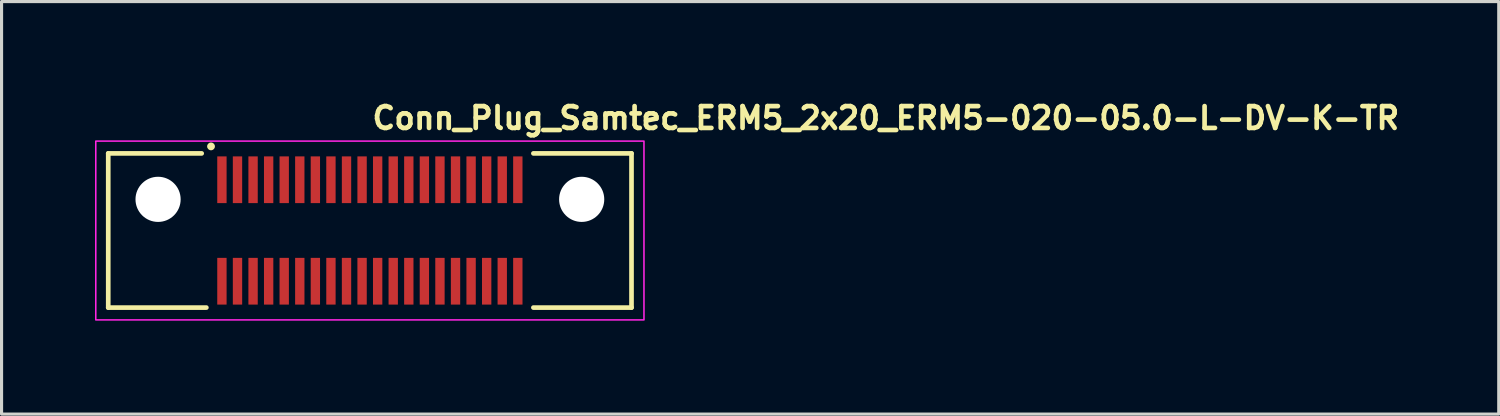
<source format=kicad_pcb>
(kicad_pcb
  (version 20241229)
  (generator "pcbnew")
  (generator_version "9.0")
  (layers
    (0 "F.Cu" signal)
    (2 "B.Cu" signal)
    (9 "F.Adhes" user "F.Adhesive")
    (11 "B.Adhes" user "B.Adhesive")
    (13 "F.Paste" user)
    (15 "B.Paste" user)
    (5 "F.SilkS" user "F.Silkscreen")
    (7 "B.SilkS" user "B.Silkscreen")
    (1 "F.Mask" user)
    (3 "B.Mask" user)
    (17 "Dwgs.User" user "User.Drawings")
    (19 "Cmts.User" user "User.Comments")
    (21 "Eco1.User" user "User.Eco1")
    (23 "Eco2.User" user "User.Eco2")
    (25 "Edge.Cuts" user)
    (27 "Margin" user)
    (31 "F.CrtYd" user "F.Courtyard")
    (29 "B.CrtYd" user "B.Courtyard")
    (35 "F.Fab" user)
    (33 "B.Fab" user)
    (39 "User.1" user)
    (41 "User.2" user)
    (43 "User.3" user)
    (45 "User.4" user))
  (footprint "Conn_Plug_Samtec_ERM5_2x20_ERM5-020-05.0-L-DV-K-TR"
    (layer "F.Cu")
    (at 8.825 4.35)
    (property "Reference" "Conn_Plug_Samtec_ERM5_2x20_ERM5-020-05.0-L-DV-K-TR" (at 0 -3.2 0) (layer "F.SilkS") (effects (font (size 0.7 0.7) (thickness 0.15)) (justify left bottom)))
    (attr smd)
    (fp_line (start -8.4 -2.475) (end -8.4 2.475) (stroke (width 0.15) (type solid)) (layer "F.SilkS"))
    (fp_line (start -8.4 -2.475) (end -5.4 -2.475) (stroke (width 0.15) (type solid)) (layer "F.SilkS"))
    (fp_line (start -8.4 2.475) (end -5.25 2.475) (stroke (width 0.15) (type solid)) (layer "F.SilkS"))
    (fp_line (start 8.4 -2.475) (end 5.25 -2.475) (stroke (width 0.15) (type solid)) (layer "F.SilkS"))
    (fp_line (start 8.4 -2.475) (end 8.4 2.475) (stroke (width 0.15) (type solid)) (layer "F.SilkS"))
    (fp_line (start 8.4 2.475) (end 5.25 2.475) (stroke (width 0.15) (type solid)) (layer "F.SilkS"))
    (fp_circle (center -5.1 -2.7) (end -5.05 -2.7) (stroke (width 0.15) (type solid)) (fill yes) (layer "F.SilkS"))
    (fp_rect (start -8.8 -2.87) (end 8.8 2.87) (stroke (width 0.05) (type solid)) (fill no) (layer "F.CrtYd"))
    (fp_rect (start -8.4 -2.475) (end 8.4 2.475) (stroke (width 0.1) (type solid)) (fill no) (layer "User.5"))
    (fp_line (start -8.4 -0.975) (end -8.4 2.475) (stroke (width 0.02) (type solid)) (layer "User.9"))
    (fp_line (start -8.4 2.475) (end 8.4 2.475) (stroke (width 0.02) (type solid)) (layer "User.9"))
    (fp_line (start -7.5 0.525) (end -7.5 -0.525) (stroke (width 0.02) (type solid)) (layer "User.9"))
    (fp_line (start -7.5 0.525) (end -7.095 0.929) (stroke (width 0.02) (type solid)) (layer "User.9"))
    (fp_line (start -7.095 -0.929) (end -7.5 -0.525) (stroke (width 0.02) (type solid)) (layer "User.9"))
    (fp_line (start -7.095 0.929) (end -6.8 1.225) (stroke (width 0.02) (type solid)) (layer "User.9"))
    (fp_line (start -7.095 0.929) (end -6.572 0.301) (stroke (width 0.02) (type solid)) (layer "User.9"))
    (fp_line (start -6.9 -2.475) (end -8.4 -0.975) (stroke (width 0.02) (type solid)) (layer "User.9"))
    (fp_line (start -6.8 -1.225) (end -7.095 -0.929) (stroke (width 0.02) (type solid)) (layer "User.9"))
    (fp_line (start -6.572 -0.301) (end -7.095 -0.929) (stroke (width 0.02) (type solid)) (layer "User.9"))
    (fp_line (start -6.572 -0.301) (end -6.572 0.301) (stroke (width 0.02) (type solid)) (layer "User.9"))
    (fp_line (start -6.572 0.301) (end -6.335 0.301) (stroke (width 0.02) (type solid)) (layer "User.9"))
    (fp_line (start -6.335 -0.301) (end -6.572 -0.301) (stroke (width 0.02) (type solid)) (layer "User.9"))
    (fp_line (start -6.335 0.301) (end -6.335 -0.301) (stroke (width 0.02) (type solid)) (layer "User.9"))
    (fp_line (start -6.335 0.301) (end -5.7 1.225) (stroke (width 0.02) (type solid)) (layer "User.9"))
    (fp_line (start -5.7 -1.225) (end -6.8 -1.225) (stroke (width 0.02) (type solid)) (layer "User.9"))
    (fp_line (start -5.7 -1.225) (end -6.335 -0.301) (stroke (width 0.02) (type solid)) (layer "User.9"))
    (fp_line (start -5.7 -1.025) (end -5.7 -1.225) (stroke (width 0.02) (type solid)) (layer "User.9"))
    (fp_line (start -5.7 1.025) (end -5.7 -1.025) (stroke (width 0.02) (type solid)) (layer "User.9"))
    (fp_line (start -5.7 1.225) (end -6.8 1.225) (stroke (width 0.02) (type solid)) (layer "User.9"))
    (fp_line (start -5.7 1.225) (end -5.7 1.025) (stroke (width 0.02) (type solid)) (layer "User.9"))
    (fp_line (start -4.849 -1.274) (end -4.849 -1.225) (stroke (width 0.02) (type solid)) (layer "User.9"))
    (fp_line (start -4.849 -1.225) (end -5.7 -1.225) (stroke (width 0.02) (type solid)) (layer "User.9"))
    (fp_line (start -4.849 -1.225) (end -4.849 -1.025) (stroke (width 0.02) (type solid)) (layer "User.9"))
    (fp_line (start -4.849 -1.025) (end -4.849 1.025) (stroke (width 0.02) (type solid)) (layer "User.9"))
    (fp_line (start -4.849 1.025) (end -4.849 1.225) (stroke (width 0.02) (type solid)) (layer "User.9"))
    (fp_line (start -4.849 1.225) (end -5.7 1.225) (stroke (width 0.02) (type solid)) (layer "User.9"))
    (fp_line (start -4.849 1.225) (end -4.849 1.274) (stroke (width 0.02) (type solid)) (layer "User.9"))
    (fp_line (start -4.65 -1.274) (end -4.849 -1.274) (stroke (width 0.02) (type solid)) (layer "User.9"))
    (fp_line (start -4.65 -1.225) (end -4.65 -1.274) (stroke (width 0.02) (type solid)) (layer "User.9"))
    (fp_line (start -4.65 -1.225) (end -4.65 -1.025) (stroke (width 0.02) (type solid)) (layer "User.9"))
    (fp_line (start -4.65 -1.025) (end -4.65 1.025) (stroke (width 0.02) (type solid)) (layer "User.9"))
    (fp_line (start -4.65 -0.925) (end -4.849 -0.925) (stroke (width 0.02) (type solid)) (layer "User.9"))
    (fp_line (start -4.65 -0.838) (end -4.849 -0.838) (stroke (width 0.02) (type solid)) (layer "User.9"))
    (fp_line (start -4.65 -0.2) (end -4.849 -0.2) (stroke (width 0.02) (type solid)) (layer "User.9"))
    (fp_line (start -4.65 0.2) (end -4.849 0.2) (stroke (width 0.02) (type solid)) (layer "User.9"))
    (fp_line (start -4.65 0.838) (end -4.849 0.838) (stroke (width 0.02) (type solid)) (layer "User.9"))
    (fp_line (start -4.65 0.925) (end -4.849 0.925) (stroke (width 0.02) (type solid)) (layer "User.9"))
    (fp_line (start -4.65 1.025) (end -4.65 1.225) (stroke (width 0.02) (type solid)) (layer "User.9"))
    (fp_line (start -4.65 1.225) (end -4.65 1.274) (stroke (width 0.02) (type solid)) (layer "User.9"))
    (fp_line (start -4.65 1.274) (end -4.849 1.274) (stroke (width 0.02) (type solid)) (layer "User.9"))
    (fp_line (start -4.35 -1.274) (end -4.35 -1.225) (stroke (width 0.02) (type solid)) (layer "User.9"))
    (fp_line (start -4.35 -1.225) (end -4.65 -1.225) (stroke (width 0.02) (type solid)) (layer "User.9"))
    (fp_line (start -4.35 -1.225) (end -4.35 -1.025) (stroke (width 0.02) (type solid)) (layer "User.9"))
    (fp_line (start -4.35 -1.025) (end -4.35 1.025) (stroke (width 0.02) (type solid)) (layer "User.9"))
    (fp_line (start -4.35 1.025) (end -4.35 1.225) (stroke (width 0.02) (type solid)) (layer "User.9"))
    (fp_line (start -4.35 1.225) (end -4.65 1.225) (stroke (width 0.02) (type solid)) (layer "User.9"))
    (fp_line (start -4.35 1.274) (end -4.35 1.225) (stroke (width 0.02) (type solid)) (layer "User.9"))
    (fp_line (start -4.15 -1.274) (end -4.35 -1.274) (stroke (width 0.02) (type solid)) (layer "User.9"))
    (fp_line (start -4.15 -1.225) (end -4.15 -1.274) (stroke (width 0.02) (type solid)) (layer "User.9"))
    (fp_line (start -4.15 -1.225) (end -4.15 -1.025) (stroke (width 0.02) (type solid)) (layer "User.9"))
    (fp_line (start -4.15 -1.025) (end -4.15 1.025) (stroke (width 0.02) (type solid)) (layer "User.9"))
    (fp_line (start -4.15 -0.925) (end -4.35 -0.925) (stroke (width 0.02) (type solid)) (layer "User.9"))
    (fp_line (start -4.15 -0.838) (end -4.35 -0.838) (stroke (width 0.02) (type solid)) (layer "User.9"))
    (fp_line (start -4.15 -0.2) (end -4.35 -0.2) (stroke (width 0.02) (type solid)) (layer "User.9"))
    (fp_line (start -4.15 0.2) (end -4.35 0.2) (stroke (width 0.02) (type solid)) (layer "User.9"))
    (fp_line (start -4.15 0.838) (end -4.35 0.838) (stroke (width 0.02) (type solid)) (layer "User.9"))
    (fp_line (start -4.15 0.925) (end -4.35 0.925) (stroke (width 0.02) (type solid)) (layer "User.9"))
    (fp_line (start -4.15 1.025) (end -4.15 1.225) (stroke (width 0.02) (type solid)) (layer "User.9"))
    (fp_line (start -4.15 1.225) (end -4.15 1.274) (stroke (width 0.02) (type solid)) (layer "User.9"))
    (fp_line (start -4.15 1.274) (end -4.35 1.274) (stroke (width 0.02) (type solid)) (layer "User.9"))
    (fp_line (start -3.85 -1.274) (end -3.85 -1.225) (stroke (width 0.02) (type solid)) (layer "User.9"))
    (fp_line (start -3.85 -1.225) (end -4.15 -1.225) (stroke (width 0.02) (type solid)) (layer "User.9"))
    (fp_line (start -3.85 -1.225) (end -3.85 -1.025) (stroke (width 0.02) (type solid)) (layer "User.9"))
    (fp_line (start -3.85 -1.025) (end -3.85 1.025) (stroke (width 0.02) (type solid)) (layer "User.9"))
    (fp_line (start -3.85 1.025) (end -3.85 1.225) (stroke (width 0.02) (type solid)) (layer "User.9"))
    (fp_line (start -3.85 1.225) (end -4.15 1.225) (stroke (width 0.02) (type solid)) (layer "User.9"))
    (fp_line (start -3.85 1.274) (end -3.85 1.225) (stroke (width 0.02) (type solid)) (layer "User.9"))
    (fp_line (start -3.65 -1.274) (end -3.85 -1.274) (stroke (width 0.02) (type solid)) (layer "User.9"))
    (fp_line (start -3.65 -1.225) (end -3.65 -1.274) (stroke (width 0.02) (type solid)) (layer "User.9"))
    (fp_line (start -3.65 -1.225) (end -3.65 -1.025) (stroke (width 0.02) (type solid)) (layer "User.9"))
    (fp_line (start -3.65 -1.025) (end -3.65 1.025) (stroke (width 0.02) (type solid)) (layer "User.9"))
    (fp_line (start -3.65 -0.925) (end -3.85 -0.925) (stroke (width 0.02) (type solid)) (layer "User.9"))
    (fp_line (start -3.65 -0.838) (end -3.85 -0.838) (stroke (width 0.02) (type solid)) (layer "User.9"))
    (fp_line (start -3.65 -0.2) (end -3.85 -0.2) (stroke (width 0.02) (type solid)) (layer "User.9"))
    (fp_line (start -3.65 0.2) (end -3.85 0.2) (stroke (width 0.02) (type solid)) (layer "User.9"))
    (fp_line (start -3.65 0.838) (end -3.85 0.838) (stroke (width 0.02) (type solid)) (layer "User.9"))
    (fp_line (start -3.65 0.925) (end -3.85 0.925) (stroke (width 0.02) (type solid)) (layer "User.9"))
    (fp_line (start -3.65 1.025) (end -3.65 1.225) (stroke (width 0.02) (type solid)) (layer "User.9"))
    (fp_line (start -3.65 1.225) (end -3.65 1.274) (stroke (width 0.02) (type solid)) (layer "User.9"))
    (fp_line (start -3.65 1.274) (end -3.85 1.274) (stroke (width 0.02) (type solid)) (layer "User.9"))
    (fp_line (start -3.35 -1.274) (end -3.35 -1.225) (stroke (width 0.02) (type solid)) (layer "User.9"))
    (fp_line (start -3.35 -1.225) (end -3.65 -1.225) (stroke (width 0.02) (type solid)) (layer "User.9"))
    (fp_line (start -3.35 -1.225) (end -3.35 -1.025) (stroke (width 0.02) (type solid)) (layer "User.9"))
    (fp_line (start -3.35 -1.025) (end -3.35 1.025) (stroke (width 0.02) (type solid)) (layer "User.9"))
    (fp_line (start -3.35 1.025) (end -3.35 1.225) (stroke (width 0.02) (type solid)) (layer "User.9"))
    (fp_line (start -3.35 1.225) (end -3.65 1.225) (stroke (width 0.02) (type solid)) (layer "User.9"))
    (fp_line (start -3.35 1.274) (end -3.35 1.225) (stroke (width 0.02) (type solid)) (layer "User.9"))
    (fp_line (start -3.15 -1.274) (end -3.35 -1.274) (stroke (width 0.02) (type solid)) (layer "User.9"))
    (fp_line (start -3.15 -1.225) (end -3.15 -1.274) (stroke (width 0.02) (type solid)) (layer "User.9"))
    (fp_line (start -3.15 -1.225) (end -3.15 -1.025) (stroke (width 0.02) (type solid)) (layer "User.9"))
    (fp_line (start -3.15 -1.025) (end -3.15 1.025) (stroke (width 0.02) (type solid)) (layer "User.9"))
    (fp_line (start -3.15 -0.925) (end -3.35 -0.925) (stroke (width 0.02) (type solid)) (layer "User.9"))
    (fp_line (start -3.15 -0.838) (end -3.35 -0.838) (stroke (width 0.02) (type solid)) (layer "User.9"))
    (fp_line (start -3.15 -0.2) (end -3.35 -0.2) (stroke (width 0.02) (type solid)) (layer "User.9"))
    (fp_line (start -3.15 0.2) (end -3.35 0.2) (stroke (width 0.02) (type solid)) (layer "User.9"))
    (fp_line (start -3.15 0.838) (end -3.35 0.838) (stroke (width 0.02) (type solid)) (layer "User.9"))
    (fp_line (start -3.15 0.925) (end -3.35 0.925) (stroke (width 0.02) (type solid)) (layer "User.9"))
    (fp_line (start -3.15 1.025) (end -3.15 1.225) (stroke (width 0.02) (type solid)) (layer "User.9"))
    (fp_line (start -3.15 1.225) (end -3.15 1.274) (stroke (width 0.02) (type solid)) (layer "User.9"))
    (fp_line (start -3.15 1.274) (end -3.35 1.274) (stroke (width 0.02) (type solid)) (layer "User.9"))
    (fp_line (start -2.85 -1.274) (end -2.85 -1.225) (stroke (width 0.02) (type solid)) (layer "User.9"))
    (fp_line (start -2.85 -1.225) (end -3.15 -1.225) (stroke (width 0.02) (type solid)) (layer "User.9"))
    (fp_line (start -2.85 -1.225) (end -2.85 -1.025) (stroke (width 0.02) (type solid)) (layer "User.9"))
    (fp_line (start -2.85 -1.025) (end -2.85 1.025) (stroke (width 0.02) (type solid)) (layer "User.9"))
    (fp_line (start -2.85 1.025) (end -2.85 1.225) (stroke (width 0.02) (type solid)) (layer "User.9"))
    (fp_line (start -2.85 1.225) (end -3.15 1.225) (stroke (width 0.02) (type solid)) (layer "User.9"))
    (fp_line (start -2.85 1.274) (end -2.85 1.225) (stroke (width 0.02) (type solid)) (layer "User.9"))
    (fp_line (start -2.65 -1.274) (end -2.85 -1.274) (stroke (width 0.02) (type solid)) (layer "User.9"))
    (fp_line (start -2.65 -1.225) (end -2.65 -1.274) (stroke (width 0.02) (type solid)) (layer "User.9"))
    (fp_line (start -2.65 -1.225) (end -2.65 -1.025) (stroke (width 0.02) (type solid)) (layer "User.9"))
    (fp_line (start -2.65 -1.025) (end -2.65 1.025) (stroke (width 0.02) (type solid)) (layer "User.9"))
    (fp_line (start -2.65 -0.925) (end -2.85 -0.925) (stroke (width 0.02) (type solid)) (layer "User.9"))
    (fp_line (start -2.65 -0.838) (end -2.85 -0.838) (stroke (width 0.02) (type solid)) (layer "User.9"))
    (fp_line (start -2.65 -0.2) (end -2.85 -0.2) (stroke (width 0.02) (type solid)) (layer "User.9"))
    (fp_line (start -2.65 0.2) (end -2.85 0.2) (stroke (width 0.02) (type solid)) (layer "User.9"))
    (fp_line (start -2.65 0.838) (end -2.85 0.838) (stroke (width 0.02) (type solid)) (layer "User.9"))
    (fp_line (start -2.65 0.925) (end -2.85 0.925) (stroke (width 0.02) (type solid)) (layer "User.9"))
    (fp_line (start -2.65 1.025) (end -2.65 1.225) (stroke (width 0.02) (type solid)) (layer "User.9"))
    (fp_line (start -2.65 1.225) (end -2.65 1.274) (stroke (width 0.02) (type solid)) (layer "User.9"))
    (fp_line (start -2.65 1.274) (end -2.85 1.274) (stroke (width 0.02) (type solid)) (layer "User.9"))
    (fp_line (start -2.35 -1.274) (end -2.35 -1.225) (stroke (width 0.02) (type solid)) (layer "User.9"))
    (fp_line (start -2.35 -1.225) (end -2.65 -1.225) (stroke (width 0.02) (type solid)) (layer "User.9"))
    (fp_line (start -2.35 -1.225) (end -2.35 -1.025) (stroke (width 0.02) (type solid)) (layer "User.9"))
    (fp_line (start -2.35 -1.025) (end -2.35 1.025) (stroke (width 0.02) (type solid)) (layer "User.9"))
    (fp_line (start -2.35 1.025) (end -2.35 1.225) (stroke (width 0.02) (type solid)) (layer "User.9"))
    (fp_line (start -2.35 1.225) (end -2.65 1.225) (stroke (width 0.02) (type solid)) (layer "User.9"))
    (fp_line (start -2.35 1.274) (end -2.35 1.225) (stroke (width 0.02) (type solid)) (layer "User.9"))
    (fp_line (start -2.15 -1.274) (end -2.35 -1.274) (stroke (width 0.02) (type solid)) (layer "User.9"))
    (fp_line (start -2.15 -1.225) (end -2.15 -1.274) (stroke (width 0.02) (type solid)) (layer "User.9"))
    (fp_line (start -2.15 -1.225) (end -2.15 -1.025) (stroke (width 0.02) (type solid)) (layer "User.9"))
    (fp_line (start -2.15 -1.025) (end -2.15 1.025) (stroke (width 0.02) (type solid)) (layer "User.9"))
    (fp_line (start -2.15 -0.925) (end -2.35 -0.925) (stroke (width 0.02) (type solid)) (layer "User.9"))
    (fp_line (start -2.15 -0.838) (end -2.35 -0.838) (stroke (width 0.02) (type solid)) (layer "User.9"))
    (fp_line (start -2.15 -0.2) (end -2.35 -0.2) (stroke (width 0.02) (type solid)) (layer "User.9"))
    (fp_line (start -2.15 0.2) (end -2.35 0.2) (stroke (width 0.02) (type solid)) (layer "User.9"))
    (fp_line (start -2.15 0.838) (end -2.35 0.838) (stroke (width 0.02) (type solid)) (layer "User.9"))
    (fp_line (start -2.15 0.925) (end -2.35 0.925) (stroke (width 0.02) (type solid)) (layer "User.9"))
    (fp_line (start -2.15 1.025) (end -2.15 1.225) (stroke (width 0.02) (type solid)) (layer "User.9"))
    (fp_line (start -2.15 1.225) (end -2.15 1.274) (stroke (width 0.02) (type solid)) (layer "User.9"))
    (fp_line (start -2.15 1.274) (end -2.35 1.274) (stroke (width 0.02) (type solid)) (layer "User.9"))
    (fp_line (start -1.85 -1.274) (end -1.85 -1.225) (stroke (width 0.02) (type solid)) (layer "User.9"))
    (fp_line (start -1.85 -1.225) (end -2.15 -1.225) (stroke (width 0.02) (type solid)) (layer "User.9"))
    (fp_line (start -1.85 -1.225) (end -1.85 -1.025) (stroke (width 0.02) (type solid)) (layer "User.9"))
    (fp_line (start -1.85 -1.025) (end -1.85 1.025) (stroke (width 0.02) (type solid)) (layer "User.9"))
    (fp_line (start -1.85 1.025) (end -1.85 1.225) (stroke (width 0.02) (type solid)) (layer "User.9"))
    (fp_line (start -1.85 1.225) (end -2.15 1.225) (stroke (width 0.02) (type solid)) (layer "User.9"))
    (fp_line (start -1.85 1.274) (end -1.85 1.225) (stroke (width 0.02) (type solid)) (layer "User.9"))
    (fp_line (start -1.75 0) (end -1.75 0) (stroke (width 0.02) (type solid)) (layer "User.9"))
    (fp_line (start -1.75 0) (end -1.747 0.09) (stroke (width 0.02) (type solid)) (layer "User.9"))
    (fp_line (start -1.747 -0.09) (end -1.75 0) (stroke (width 0.02) (type solid)) (layer "User.9"))
    (fp_line (start -1.747 0.09) (end -1.74 0.178) (stroke (width 0.02) (type solid)) (layer "User.9"))
    (fp_line (start -1.74 -0.178) (end -1.747 -0.09) (stroke (width 0.02) (type solid)) (layer "User.9"))
    (fp_line (start -1.74 0.178) (end -1.729 0.266) (stroke (width 0.02) (type solid)) (layer "User.9"))
    (fp_line (start -1.738 -0.2) (end -1.85 -0.2) (stroke (width 0.02) (type solid)) (layer "User.9"))
    (fp_line (start -1.738 0.2) (end -1.85 0.2) (stroke (width 0.02) (type solid)) (layer "User.9"))
    (fp_line (start -1.729 -0.266) (end -1.74 -0.178) (stroke (width 0.02) (type solid)) (layer "User.9"))
    (fp_line (start -1.729 0.266) (end -1.714 0.352) (stroke (width 0.02) (type solid)) (layer "User.9"))
    (fp_line (start -1.714 -0.352) (end -1.729 -0.266) (stroke (width 0.02) (type solid)) (layer "User.9"))
    (fp_line (start -1.714 0.352) (end -1.694 0.437) (stroke (width 0.02) (type solid)) (layer "User.9"))
    (fp_line (start -1.694 -0.437) (end -1.714 -0.352) (stroke (width 0.02) (type solid)) (layer "User.9"))
    (fp_line (start -1.694 0.437) (end -1.671 0.52) (stroke (width 0.02) (type solid)) (layer "User.9"))
    (fp_line (start -1.671 -0.52) (end -1.694 -0.437) (stroke (width 0.02) (type solid)) (layer "User.9"))
    (fp_line (start -1.671 0.52) (end -1.643 0.601) (stroke (width 0.02) (type solid)) (layer "User.9"))
    (fp_line (start -1.649 -1.274) (end -1.85 -1.274) (stroke (width 0.02) (type solid)) (layer "User.9"))
    (fp_line (start -1.649 -1.225) (end -1.649 -1.274) (stroke (width 0.02) (type solid)) (layer "User.9"))
    (fp_line (start -1.649 -1.225) (end -1.649 -1.025) (stroke (width 0.02) (type solid)) (layer "User.9"))
    (fp_line (start -1.649 -1.025) (end -1.649 -0.583) (stroke (width 0.02) (type solid)) (layer "User.9"))
    (fp_line (start -1.649 -0.925) (end -1.85 -0.925) (stroke (width 0.02) (type solid)) (layer "User.9"))
    (fp_line (start -1.649 -0.838) (end -1.85 -0.838) (stroke (width 0.02) (type solid)) (layer "User.9"))
    (fp_line (start -1.649 0.583) (end -1.649 1.025) (stroke (width 0.02) (type solid)) (layer "User.9"))
    (fp_line (start -1.649 0.838) (end -1.85 0.838) (stroke (width 0.02) (type solid)) (layer "User.9"))
    (fp_line (start -1.649 0.925) (end -1.85 0.925) (stroke (width 0.02) (type solid)) (layer "User.9"))
    (fp_line (start -1.649 1.025) (end -1.649 1.225) (stroke (width 0.02) (type solid)) (layer "User.9"))
    (fp_line (start -1.649 1.225) (end -1.649 1.274) (stroke (width 0.02) (type solid)) (layer "User.9"))
    (fp_line (start -1.649 1.274) (end -1.85 1.274) (stroke (width 0.02) (type solid)) (layer "User.9"))
    (fp_line (start -1.643 -0.601) (end -1.671 -0.52) (stroke (width 0.02) (type solid)) (layer "User.9"))
    (fp_line (start -1.643 0.601) (end -1.612 0.681) (stroke (width 0.02) (type solid)) (layer "User.9"))
    (fp_line (start -1.612 -0.681) (end -1.643 -0.601) (stroke (width 0.02) (type solid)) (layer "User.9"))
    (fp_line (start -1.612 0.681) (end -1.577 0.758) (stroke (width 0.02) (type solid)) (layer "User.9"))
    (fp_line (start -1.577 -0.758) (end -1.612 -0.681) (stroke (width 0.02) (type solid)) (layer "User.9"))
    (fp_line (start -1.577 0.758) (end -1.538 0.834) (stroke (width 0.02) (type solid)) (layer "User.9"))
    (fp_line (start -1.538 -0.834) (end -1.577 -0.758) (stroke (width 0.02) (type solid)) (layer "User.9"))
    (fp_line (start -1.538 0.834) (end -1.496 0.907) (stroke (width 0.02) (type solid)) (layer "User.9"))
    (fp_line (start -1.496 -0.907) (end -1.538 -0.834) (stroke (width 0.02) (type solid)) (layer "User.9"))
    (fp_line (start -1.496 0.907) (end -1.451 0.978) (stroke (width 0.02) (type solid)) (layer "User.9"))
    (fp_line (start -1.451 -0.978) (end -1.496 -0.907) (stroke (width 0.02) (type solid)) (layer "User.9"))
    (fp_line (start -1.451 0.978) (end -1.402 1.047) (stroke (width 0.02) (type solid)) (layer "User.9"))
    (fp_line (start -1.402 -1.047) (end -1.451 -0.978) (stroke (width 0.02) (type solid)) (layer "User.9"))
    (fp_line (start -1.402 1.047) (end -1.35 1.113) (stroke (width 0.02) (type solid)) (layer "User.9"))
    (fp_line (start -1.35 -1.274) (end -1.35 -1.225) (stroke (width 0.02) (type solid)) (layer "User.9"))
    (fp_line (start -1.35 -1.225) (end -1.649 -1.225) (stroke (width 0.02) (type solid)) (layer "User.9"))
    (fp_line (start -1.35 -1.225) (end -1.35 -1.113) (stroke (width 0.02) (type solid)) (layer "User.9"))
    (fp_line (start -1.35 -1.113) (end -1.402 -1.047) (stroke (width 0.02) (type solid)) (layer "User.9"))
    (fp_line (start -1.35 1.113) (end -1.35 1.225) (stroke (width 0.02) (type solid)) (layer "User.9"))
    (fp_line (start -1.35 1.113) (end -1.295 1.176) (stroke (width 0.02) (type solid)) (layer "User.9"))
    (fp_line (start -1.35 1.225) (end -1.649 1.225) (stroke (width 0.02) (type solid)) (layer "User.9"))
    (fp_line (start -1.35 1.274) (end -1.35 1.225) (stroke (width 0.02) (type solid)) (layer "User.9"))
    (fp_line (start -1.295 -1.176) (end -1.35 -1.113) (stroke (width 0.02) (type solid)) (layer "User.9"))
    (fp_line (start -1.295 1.176) (end -1.237 1.237) (stroke (width 0.02) (type solid)) (layer "User.9"))
    (fp_line (start -1.237 -1.237) (end -1.295 -1.176) (stroke (width 0.02) (type solid)) (layer "User.9"))
    (fp_line (start -1.237 1.237) (end -1.176 1.295) (stroke (width 0.02) (type solid)) (layer "User.9"))
    (fp_line (start -1.198 -1.274) (end -1.35 -1.274) (stroke (width 0.02) (type solid)) (layer "User.9"))
    (fp_line (start -1.198 1.274) (end -1.35 1.274) (stroke (width 0.02) (type solid)) (layer "User.9"))
    (fp_line (start -1.176 -1.295) (end -1.237 -1.237) (stroke (width 0.02) (type solid)) (layer "User.9"))
    (fp_line (start -1.176 1.295) (end -1.113 1.35) (stroke (width 0.02) (type solid)) (layer "User.9"))
    (fp_line (start -1.113 -1.35) (end -1.176 -1.295) (stroke (width 0.02) (type solid)) (layer "User.9"))
    (fp_line (start -1.113 1.35) (end -1.047 1.402) (stroke (width 0.02) (type solid)) (layer "User.9"))
    (fp_line (start -1.047 -1.402) (end -1.113 -1.35) (stroke (width 0.02) (type solid)) (layer "User.9"))
    (fp_line (start -1.047 1.402) (end -0.978 1.451) (stroke (width 0.02) (type solid)) (layer "User.9"))
    (fp_line (start -0.978 -1.451) (end -1.047 -1.402) (stroke (width 0.02) (type solid)) (layer "User.9"))
    (fp_line (start -0.978 1.451) (end -0.907 1.496) (stroke (width 0.02) (type solid)) (layer "User.9"))
    (fp_line (start -0.907 -1.496) (end -0.978 -1.451) (stroke (width 0.02) (type solid)) (layer "User.9"))
    (fp_line (start -0.907 1.496) (end -0.834 1.538) (stroke (width 0.02) (type solid)) (layer "User.9"))
    (fp_line (start -0.834 -1.538) (end -0.907 -1.496) (stroke (width 0.02) (type solid)) (layer "User.9"))
    (fp_line (start -0.834 1.538) (end -0.758 1.577) (stroke (width 0.02) (type solid)) (layer "User.9"))
    (fp_line (start -0.758 -1.577) (end -0.834 -1.538) (stroke (width 0.02) (type solid)) (layer "User.9"))
    (fp_line (start -0.758 1.577) (end -0.681 1.612) (stroke (width 0.02) (type solid)) (layer "User.9"))
    (fp_line (start -0.681 -1.612) (end -0.758 -1.577) (stroke (width 0.02) (type solid)) (layer "User.9"))
    (fp_line (start -0.681 1.612) (end -0.601 1.643) (stroke (width 0.02) (type solid)) (layer "User.9"))
    (fp_line (start -0.601 -1.643) (end -0.681 -1.612) (stroke (width 0.02) (type solid)) (layer "User.9"))
    (fp_line (start -0.601 1.643) (end -0.52 1.671) (stroke (width 0.02) (type solid)) (layer "User.9"))
    (fp_line (start -0.52 -1.671) (end -0.601 -1.643) (stroke (width 0.02) (type solid)) (layer "User.9"))
    (fp_line (start -0.52 1.671) (end -0.437 1.694) (stroke (width 0.02) (type solid)) (layer "User.9"))
    (fp_line (start -0.437 -1.694) (end -0.52 -1.671) (stroke (width 0.02) (type solid)) (layer "User.9"))
    (fp_line (start -0.437 1.694) (end -0.352 1.714) (stroke (width 0.02) (type solid)) (layer "User.9"))
    (fp_line (start -0.352 -1.714) (end -0.437 -1.694) (stroke (width 0.02) (type solid)) (layer "User.9"))
    (fp_line (start -0.352 1.714) (end -0.266 1.729) (stroke (width 0.02) (type solid)) (layer "User.9"))
    (fp_line (start -0.266 -1.729) (end -0.352 -1.714) (stroke (width 0.02) (type solid)) (layer "User.9"))
    (fp_line (start -0.266 1.729) (end -0.178 1.74) (stroke (width 0.02) (type solid)) (layer "User.9"))
    (fp_line (start -0.178 -1.74) (end -0.266 -1.729) (stroke (width 0.02) (type solid)) (layer "User.9"))
    (fp_line (start -0.178 1.74) (end -0.09 1.747) (stroke (width 0.02) (type solid)) (layer "User.9"))
    (fp_line (start -0.09 -1.747) (end -0.178 -1.74) (stroke (width 0.02) (type solid)) (layer "User.9"))
    (fp_line (start -0.09 1.747) (end 0 1.75) (stroke (width 0.02) (type solid)) (layer "User.9"))
    (fp_line (start 0 -1.75) (end -0.09 -1.747) (stroke (width 0.02) (type solid)) (layer "User.9"))
    (fp_line (start 0 -1.75) (end 0 -1.75) (stroke (width 0.02) (type solid)) (layer "User.9"))
    (fp_line (start 0 1.75) (end 0 1.75) (stroke (width 0.02) (type solid)) (layer "User.9"))
    (fp_line (start 0 1.75) (end 0.09 1.747) (stroke (width 0.02) (type solid)) (layer "User.9"))
    (fp_line (start 0.09 -1.747) (end 0 -1.75) (stroke (width 0.02) (type solid)) (layer "User.9"))
    (fp_line (start 0.09 1.747) (end 0.178 1.74) (stroke (width 0.02) (type solid)) (layer "User.9"))
    (fp_line (start 0.178 -1.74) (end 0.09 -1.747) (stroke (width 0.02) (type solid)) (layer "User.9"))
    (fp_line (start 0.178 1.74) (end 0.266 1.729) (stroke (width 0.02) (type solid)) (layer "User.9"))
    (fp_line (start 0.266 -1.729) (end 0.178 -1.74) (stroke (width 0.02) (type solid)) (layer "User.9"))
    (fp_line (start 0.266 1.729) (end 0.352 1.714) (stroke (width 0.02) (type solid)) (layer "User.9"))
    (fp_line (start 0.352 -1.714) (end 0.266 -1.729) (stroke (width 0.02) (type solid)) (layer "User.9"))
    (fp_line (start 0.352 1.714) (end 0.437 1.694) (stroke (width 0.02) (type solid)) (layer "User.9"))
    (fp_line (start 0.437 -1.694) (end 0.352 -1.714) (stroke (width 0.02) (type solid)) (layer "User.9"))
    (fp_line (start 0.437 1.694) (end 0.52 1.671) (stroke (width 0.02) (type solid)) (layer "User.9"))
    (fp_line (start 0.52 -1.671) (end 0.437 -1.694) (stroke (width 0.02) (type solid)) (layer "User.9"))
    (fp_line (start 0.52 1.671) (end 0.601 1.643) (stroke (width 0.02) (type solid)) (layer "User.9"))
    (fp_line (start 0.601 -1.643) (end 0.52 -1.671) (stroke (width 0.02) (type solid)) (layer "User.9"))
    (fp_line (start 0.601 1.643) (end 0.681 1.612) (stroke (width 0.02) (type solid)) (layer "User.9"))
    (fp_line (start 0.681 -1.612) (end 0.601 -1.643) (stroke (width 0.02) (type solid)) (layer "User.9"))
    (fp_line (start 0.681 1.612) (end 0.758 1.577) (stroke (width 0.02) (type solid)) (layer "User.9"))
    (fp_line (start 0.758 -1.577) (end 0.681 -1.612) (stroke (width 0.02) (type solid)) (layer "User.9"))
    (fp_line (start 0.758 1.577) (end 0.834 1.538) (stroke (width 0.02) (type solid)) (layer "User.9"))
    (fp_line (start 0.834 -1.538) (end 0.758 -1.577) (stroke (width 0.02) (type solid)) (layer "User.9"))
    (fp_line (start 0.834 1.538) (end 0.907 1.496) (stroke (width 0.02) (type solid)) (layer "User.9"))
    (fp_line (start 0.907 -1.496) (end 0.834 -1.538) (stroke (width 0.02) (type solid)) (layer "User.9"))
    (fp_line (start 0.907 1.496) (end 0.978 1.451) (stroke (width 0.02) (type solid)) (layer "User.9"))
    (fp_line (start 0.978 -1.451) (end 0.907 -1.496) (stroke (width 0.02) (type solid)) (layer "User.9"))
    (fp_line (start 0.978 1.451) (end 1.047 1.402) (stroke (width 0.02) (type solid)) (layer "User.9"))
    (fp_line (start 1.047 -1.402) (end 0.978 -1.451) (stroke (width 0.02) (type solid)) (layer "User.9"))
    (fp_line (start 1.047 1.402) (end 1.113 1.35) (stroke (width 0.02) (type solid)) (layer "User.9"))
    (fp_line (start 1.113 -1.35) (end 1.047 -1.402) (stroke (width 0.02) (type solid)) (layer "User.9"))
    (fp_line (start 1.113 1.35) (end 1.176 1.295) (stroke (width 0.02) (type solid)) (layer "User.9"))
    (fp_line (start 1.176 -1.295) (end 1.113 -1.35) (stroke (width 0.02) (type solid)) (layer "User.9"))
    (fp_line (start 1.176 1.295) (end 1.237 1.237) (stroke (width 0.02) (type solid)) (layer "User.9"))
    (fp_line (start 1.237 -1.237) (end 1.176 -1.295) (stroke (width 0.02) (type solid)) (layer "User.9"))
    (fp_line (start 1.237 1.237) (end 1.295 1.176) (stroke (width 0.02) (type solid)) (layer "User.9"))
    (fp_line (start 1.295 -1.176) (end 1.237 -1.237) (stroke (width 0.02) (type solid)) (layer "User.9"))
    (fp_line (start 1.295 1.176) (end 1.35 1.113) (stroke (width 0.02) (type solid)) (layer "User.9"))
    (fp_line (start 1.35 -1.274) (end 1.198 -1.274) (stroke (width 0.02) (type solid)) (layer "User.9"))
    (fp_line (start 1.35 -1.225) (end 1.35 -1.274) (stroke (width 0.02) (type solid)) (layer "User.9"))
    (fp_line (start 1.35 -1.225) (end 1.35 -1.113) (stroke (width 0.02) (type solid)) (layer "User.9"))
    (fp_line (start 1.35 -1.113) (end 1.295 -1.176) (stroke (width 0.02) (type solid)) (layer "User.9"))
    (fp_line (start 1.35 1.113) (end 1.35 1.225) (stroke (width 0.02) (type solid)) (layer "User.9"))
    (fp_line (start 1.35 1.113) (end 1.402 1.047) (stroke (width 0.02) (type solid)) (layer "User.9"))
    (fp_line (start 1.35 1.225) (end 1.35 1.274) (stroke (width 0.02) (type solid)) (layer "User.9"))
    (fp_line (start 1.35 1.274) (end 1.198 1.274) (stroke (width 0.02) (type solid)) (layer "User.9"))
    (fp_line (start 1.402 -1.047) (end 1.35 -1.113) (stroke (width 0.02) (type solid)) (layer "User.9"))
    (fp_line (start 1.402 1.047) (end 1.451 0.978) (stroke (width 0.02) (type solid)) (layer "User.9"))
    (fp_line (start 1.451 -0.978) (end 1.402 -1.047) (stroke (width 0.02) (type solid)) (layer "User.9"))
    (fp_line (start 1.451 0.978) (end 1.496 0.907) (stroke (width 0.02) (type solid)) (layer "User.9"))
    (fp_line (start 1.496 -0.907) (end 1.451 -0.978) (stroke (width 0.02) (type solid)) (layer "User.9"))
    (fp_line (start 1.496 0.907) (end 1.538 0.834) (stroke (width 0.02) (type solid)) (layer "User.9"))
    (fp_line (start 1.538 -0.834) (end 1.496 -0.907) (stroke (width 0.02) (type solid)) (layer "User.9"))
    (fp_line (start 1.538 0.834) (end 1.577 0.758) (stroke (width 0.02) (type solid)) (layer "User.9"))
    (fp_line (start 1.577 -0.758) (end 1.538 -0.834) (stroke (width 0.02) (type solid)) (layer "User.9"))
    (fp_line (start 1.577 0.758) (end 1.612 0.681) (stroke (width 0.02) (type solid)) (layer "User.9"))
    (fp_line (start 1.612 -0.681) (end 1.577 -0.758) (stroke (width 0.02) (type solid)) (layer "User.9"))
    (fp_line (start 1.612 0.681) (end 1.643 0.601) (stroke (width 0.02) (type solid)) (layer "User.9"))
    (fp_line (start 1.643 -0.601) (end 1.612 -0.681) (stroke (width 0.02) (type solid)) (layer "User.9"))
    (fp_line (start 1.643 0.601) (end 1.671 0.52) (stroke (width 0.02) (type solid)) (layer "User.9"))
    (fp_line (start 1.649 -1.274) (end 1.649 -1.225) (stroke (width 0.02) (type solid)) (layer "User.9"))
    (fp_line (start 1.649 -1.225) (end 1.35 -1.225) (stroke (width 0.02) (type solid)) (layer "User.9"))
    (fp_line (start 1.649 -1.225) (end 1.649 -1.025) (stroke (width 0.02) (type solid)) (layer "User.9"))
    (fp_line (start 1.649 -1.025) (end 1.649 -0.583) (stroke (width 0.02) (type solid)) (layer "User.9"))
    (fp_line (start 1.649 0.583) (end 1.649 1.025) (stroke (width 0.02) (type solid)) (layer "User.9"))
    (fp_line (start 1.649 1.025) (end 1.649 1.225) (stroke (width 0.02) (type solid)) (layer "User.9"))
    (fp_line (start 1.649 1.225) (end 1.35 1.225) (stroke (width 0.02) (type solid)) (layer "User.9"))
    (fp_line (start 1.649 1.274) (end 1.649 1.225) (stroke (width 0.02) (type solid)) (layer "User.9"))
    (fp_line (start 1.671 -0.52) (end 1.643 -0.601) (stroke (width 0.02) (type solid)) (layer "User.9"))
    (fp_line (start 1.671 0.52) (end 1.694 0.437) (stroke (width 0.02) (type solid)) (layer "User.9"))
    (fp_line (start 1.694 -0.437) (end 1.671 -0.52) (stroke (width 0.02) (type solid)) (layer "User.9"))
    (fp_line (start 1.694 0.437) (end 1.714 0.352) (stroke (width 0.02) (type solid)) (layer "User.9"))
    (fp_line (start 1.714 -0.352) (end 1.694 -0.437) (stroke (width 0.02) (type solid)) (layer "User.9"))
    (fp_line (start 1.714 0.352) (end 1.729 0.266) (stroke (width 0.02) (type solid)) (layer "User.9"))
    (fp_line (start 1.729 -0.266) (end 1.714 -0.352) (stroke (width 0.02) (type solid)) (layer "User.9"))
    (fp_line (start 1.729 0.266) (end 1.74 0.178) (stroke (width 0.02) (type solid)) (layer "User.9"))
    (fp_line (start 1.74 -0.178) (end 1.729 -0.266) (stroke (width 0.02) (type solid)) (layer "User.9"))
    (fp_line (start 1.74 0.178) (end 1.747 0.09) (stroke (width 0.02) (type solid)) (layer "User.9"))
    (fp_line (start 1.747 -0.09) (end 1.74 -0.178) (stroke (width 0.02) (type solid)) (layer "User.9"))
    (fp_line (start 1.747 0.09) (end 1.75 0) (stroke (width 0.02) (type solid)) (layer "User.9"))
    (fp_line (start 1.75 0) (end 1.747 -0.09) (stroke (width 0.02) (type solid)) (layer "User.9"))
    (fp_line (start 1.75 0) (end 1.75 0) (stroke (width 0.02) (type solid)) (layer "User.9"))
    (fp_line (start 1.75 0) (end 1.75 0) (stroke (width 0.02) (type solid)) (layer "User.9"))
    (fp_line (start 1.85 -1.274) (end 1.649 -1.274) (stroke (width 0.02) (type solid)) (layer "User.9"))
    (fp_line (start 1.85 -1.225) (end 1.85 -1.274) (stroke (width 0.02) (type solid)) (layer "User.9"))
    (fp_line (start 1.85 -1.225) (end 1.85 -1.025) (stroke (width 0.02) (type solid)) (layer "User.9"))
    (fp_line (start 1.85 -1.025) (end 1.85 1.025) (stroke (width 0.02) (type solid)) (layer "User.9"))
    (fp_line (start 1.85 -0.925) (end 1.649 -0.925) (stroke (width 0.02) (type solid)) (layer "User.9"))
    (fp_line (start 1.85 -0.838) (end 1.649 -0.838) (stroke (width 0.02) (type solid)) (layer "User.9"))
    (fp_line (start 1.85 -0.2) (end 1.738 -0.2) (stroke (width 0.02) (type solid)) (layer "User.9"))
    (fp_line (start 1.85 0.2) (end 1.738 0.2) (stroke (width 0.02) (type solid)) (layer "User.9"))
    (fp_line (start 1.85 0.838) (end 1.649 0.838) (stroke (width 0.02) (type solid)) (layer "User.9"))
    (fp_line (start 1.85 0.925) (end 1.649 0.925) (stroke (width 0.02) (type solid)) (layer "User.9"))
    (fp_line (start 1.85 1.025) (end 1.85 1.225) (stroke (width 0.02) (type solid)) (layer "User.9"))
    (fp_line (start 1.85 1.225) (end 1.85 1.274) (stroke (width 0.02) (type solid)) (layer "User.9"))
    (fp_line (start 1.85 1.274) (end 1.649 1.274) (stroke (width 0.02) (type solid)) (layer "User.9"))
    (fp_line (start 2.15 -1.274) (end 2.15 -1.225) (stroke (width 0.02) (type solid)) (layer "User.9"))
    (fp_line (start 2.15 -1.225) (end 1.85 -1.225) (stroke (width 0.02) (type solid)) (layer "User.9"))
    (fp_line (start 2.15 -1.225) (end 2.15 -1.025) (stroke (width 0.02) (type solid)) (layer "User.9"))
    (fp_line (start 2.15 -1.025) (end 2.15 1.025) (stroke (width 0.02) (type solid)) (layer "User.9"))
    (fp_line (start 2.15 1.025) (end 2.15 1.225) (stroke (width 0.02) (type solid)) (layer "User.9"))
    (fp_line (start 2.15 1.225) (end 1.85 1.225) (stroke (width 0.02) (type solid)) (layer "User.9"))
    (fp_line (start 2.15 1.274) (end 2.15 1.225) (stroke (width 0.02) (type solid)) (layer "User.9"))
    (fp_line (start 2.35 -1.274) (end 2.15 -1.274) (stroke (width 0.02) (type solid)) (layer "User.9"))
    (fp_line (start 2.35 -1.225) (end 2.35 -1.274) (stroke (width 0.02) (type solid)) (layer "User.9"))
    (fp_line (start 2.35 -1.225) (end 2.35 -1.025) (stroke (width 0.02) (type solid)) (layer "User.9"))
    (fp_line (start 2.35 -1.025) (end 2.35 1.025) (stroke (width 0.02) (type solid)) (layer "User.9"))
    (fp_line (start 2.35 -0.925) (end 2.15 -0.925) (stroke (width 0.02) (type solid)) (layer "User.9"))
    (fp_line (start 2.35 -0.838) (end 2.15 -0.838) (stroke (width 0.02) (type solid)) (layer "User.9"))
    (fp_line (start 2.35 -0.2) (end 2.15 -0.2) (stroke (width 0.02) (type solid)) (layer "User.9"))
    (fp_line (start 2.35 0.2) (end 2.15 0.2) (stroke (width 0.02) (type solid)) (layer "User.9"))
    (fp_line (start 2.35 0.838) (end 2.15 0.838) (stroke (width 0.02) (type solid)) (layer "User.9"))
    (fp_line (start 2.35 0.925) (end 2.15 0.925) (stroke (width 0.02) (type solid)) (layer "User.9"))
    (fp_line (start 2.35 1.025) (end 2.35 1.225) (stroke (width 0.02) (type solid)) (layer "User.9"))
    (fp_line (start 2.35 1.225) (end 2.35 1.274) (stroke (width 0.02) (type solid)) (layer "User.9"))
    (fp_line (start 2.35 1.274) (end 2.15 1.274) (stroke (width 0.02) (type solid)) (layer "User.9"))
    (fp_line (start 2.65 -1.274) (end 2.65 -1.225) (stroke (width 0.02) (type solid)) (layer "User.9"))
    (fp_line (start 2.65 -1.225) (end 2.35 -1.225) (stroke (width 0.02) (type solid)) (layer "User.9"))
    (fp_line (start 2.65 -1.225) (end 2.65 -1.025) (stroke (width 0.02) (type solid)) (layer "User.9"))
    (fp_line (start 2.65 -1.025) (end 2.65 1.025) (stroke (width 0.02) (type solid)) (layer "User.9"))
    (fp_line (start 2.65 1.025) (end 2.65 1.225) (stroke (width 0.02) (type solid)) (layer "User.9"))
    (fp_line (start 2.65 1.225) (end 2.35 1.225) (stroke (width 0.02) (type solid)) (layer "User.9"))
    (fp_line (start 2.65 1.274) (end 2.65 1.225) (stroke (width 0.02) (type solid)) (layer "User.9"))
    (fp_line (start 2.85 -1.274) (end 2.65 -1.274) (stroke (width 0.02) (type solid)) (layer "User.9"))
    (fp_line (start 2.85 -1.225) (end 2.85 -1.274) (stroke (width 0.02) (type solid)) (layer "User.9"))
    (fp_line (start 2.85 -1.225) (end 2.85 -1.025) (stroke (width 0.02) (type solid)) (layer "User.9"))
    (fp_line (start 2.85 -1.025) (end 2.85 1.025) (stroke (width 0.02) (type solid)) (layer "User.9"))
    (fp_line (start 2.85 -0.925) (end 2.65 -0.925) (stroke (width 0.02) (type solid)) (layer "User.9"))
    (fp_line (start 2.85 -0.838) (end 2.65 -0.838) (stroke (width 0.02) (type solid)) (layer "User.9"))
    (fp_line (start 2.85 -0.2) (end 2.65 -0.2) (stroke (width 0.02) (type solid)) (layer "User.9"))
    (fp_line (start 2.85 0.2) (end 2.65 0.2) (stroke (width 0.02) (type solid)) (layer "User.9"))
    (fp_line (start 2.85 0.838) (end 2.65 0.838) (stroke (width 0.02) (type solid)) (layer "User.9"))
    (fp_line (start 2.85 0.925) (end 2.65 0.925) (stroke (width 0.02) (type solid)) (layer "User.9"))
    (fp_line (start 2.85 1.025) (end 2.85 1.225) (stroke (width 0.02) (type solid)) (layer "User.9"))
    (fp_line (start 2.85 1.225) (end 2.85 1.274) (stroke (width 0.02) (type solid)) (layer "User.9"))
    (fp_line (start 2.85 1.274) (end 2.65 1.274) (stroke (width 0.02) (type solid)) (layer "User.9"))
    (fp_line (start 3.15 -1.274) (end 3.15 -1.225) (stroke (width 0.02) (type solid)) (layer "User.9"))
    (fp_line (start 3.15 -1.225) (end 2.85 -1.225) (stroke (width 0.02) (type solid)) (layer "User.9"))
    (fp_line (start 3.15 -1.225) (end 3.15 -1.025) (stroke (width 0.02) (type solid)) (layer "User.9"))
    (fp_line (start 3.15 -1.025) (end 3.15 1.025) (stroke (width 0.02) (type solid)) (layer "User.9"))
    (fp_line (start 3.15 1.025) (end 3.15 1.225) (stroke (width 0.02) (type solid)) (layer "User.9"))
    (fp_line (start 3.15 1.225) (end 2.85 1.225) (stroke (width 0.02) (type solid)) (layer "User.9"))
    (fp_line (start 3.15 1.274) (end 3.15 1.225) (stroke (width 0.02) (type solid)) (layer "User.9"))
    (fp_line (start 3.35 -1.274) (end 3.15 -1.274) (stroke (width 0.02) (type solid)) (layer "User.9"))
    (fp_line (start 3.35 -1.225) (end 3.35 -1.274) (stroke (width 0.02) (type solid)) (layer "User.9"))
    (fp_line (start 3.35 -1.225) (end 3.35 -1.025) (stroke (width 0.02) (type solid)) (layer "User.9"))
    (fp_line (start 3.35 -1.025) (end 3.35 1.025) (stroke (width 0.02) (type solid)) (layer "User.9"))
    (fp_line (start 3.35 -0.925) (end 3.15 -0.925) (stroke (width 0.02) (type solid)) (layer "User.9"))
    (fp_line (start 3.35 -0.838) (end 3.15 -0.838) (stroke (width 0.02) (type solid)) (layer "User.9"))
    (fp_line (start 3.35 -0.2) (end 3.15 -0.2) (stroke (width 0.02) (type solid)) (layer "User.9"))
    (fp_line (start 3.35 0.2) (end 3.15 0.2) (stroke (width 0.02) (type solid)) (layer "User.9"))
    (fp_line (start 3.35 0.838) (end 3.15 0.838) (stroke (width 0.02) (type solid)) (layer "User.9"))
    (fp_line (start 3.35 0.925) (end 3.15 0.925) (stroke (width 0.02) (type solid)) (layer "User.9"))
    (fp_line (start 3.35 1.025) (end 3.35 1.225) (stroke (width 0.02) (type solid)) (layer "User.9"))
    (fp_line (start 3.35 1.225) (end 3.35 1.274) (stroke (width 0.02) (type solid)) (layer "User.9"))
    (fp_line (start 3.35 1.274) (end 3.15 1.274) (stroke (width 0.02) (type solid)) (layer "User.9"))
    (fp_line (start 3.65 -1.274) (end 3.65 -1.225) (stroke (width 0.02) (type solid)) (layer "User.9"))
    (fp_line (start 3.65 -1.225) (end 3.35 -1.225) (stroke (width 0.02) (type solid)) (layer "User.9"))
    (fp_line (start 3.65 -1.225) (end 3.65 -1.025) (stroke (width 0.02) (type solid)) (layer "User.9"))
    (fp_line (start 3.65 -1.025) (end 3.65 1.025) (stroke (width 0.02) (type solid)) (layer "User.9"))
    (fp_line (start 3.65 1.025) (end 3.65 1.225) (stroke (width 0.02) (type solid)) (layer "User.9"))
    (fp_line (start 3.65 1.225) (end 3.35 1.225) (stroke (width 0.02) (type solid)) (layer "User.9"))
    (fp_line (start 3.65 1.274) (end 3.65 1.225) (stroke (width 0.02) (type solid)) (layer "User.9"))
    (fp_line (start 3.85 -1.274) (end 3.65 -1.274) (stroke (width 0.02) (type solid)) (layer "User.9"))
    (fp_line (start 3.85 -1.225) (end 3.85 -1.274) (stroke (width 0.02) (type solid)) (layer "User.9"))
    (fp_line (start 3.85 -1.225) (end 3.85 -1.025) (stroke (width 0.02) (type solid)) (layer "User.9"))
    (fp_line (start 3.85 -1.025) (end 3.85 1.025) (stroke (width 0.02) (type solid)) (layer "User.9"))
    (fp_line (start 3.85 -0.925) (end 3.65 -0.925) (stroke (width 0.02) (type solid)) (layer "User.9"))
    (fp_line (start 3.85 -0.838) (end 3.65 -0.838) (stroke (width 0.02) (type solid)) (layer "User.9"))
    (fp_line (start 3.85 -0.2) (end 3.65 -0.2) (stroke (width 0.02) (type solid)) (layer "User.9"))
    (fp_line (start 3.85 0.2) (end 3.65 0.2) (stroke (width 0.02) (type solid)) (layer "User.9"))
    (fp_line (start 3.85 0.838) (end 3.65 0.838) (stroke (width 0.02) (type solid)) (layer "User.9"))
    (fp_line (start 3.85 0.925) (end 3.65 0.925) (stroke (width 0.02) (type solid)) (layer "User.9"))
    (fp_line (start 3.85 1.025) (end 3.85 1.225) (stroke (width 0.02) (type solid)) (layer "User.9"))
    (fp_line (start 3.85 1.225) (end 3.85 1.274) (stroke (width 0.02) (type solid)) (layer "User.9"))
    (fp_line (start 3.85 1.274) (end 3.65 1.274) (stroke (width 0.02) (type solid)) (layer "User.9"))
    (fp_line (start 4.15 -1.274) (end 4.15 -1.225) (stroke (width 0.02) (type solid)) (layer "User.9"))
    (fp_line (start 4.15 -1.225) (end 3.85 -1.225) (stroke (width 0.02) (type solid)) (layer "User.9"))
    (fp_line (start 4.15 -1.225) (end 4.15 -1.025) (stroke (width 0.02) (type solid)) (layer "User.9"))
    (fp_line (start 4.15 -1.025) (end 4.15 1.025) (stroke (width 0.02) (type solid)) (layer "User.9"))
    (fp_line (start 4.15 1.025) (end 4.15 1.225) (stroke (width 0.02) (type solid)) (layer "User.9"))
    (fp_line (start 4.15 1.225) (end 3.85 1.225) (stroke (width 0.02) (type solid)) (layer "User.9"))
    (fp_line (start 4.15 1.274) (end 4.15 1.225) (stroke (width 0.02) (type solid)) (layer "User.9"))
    (fp_line (start 4.35 -1.274) (end 4.15 -1.274) (stroke (width 0.02) (type solid)) (layer "User.9"))
    (fp_line (start 4.35 -1.225) (end 4.35 -1.274) (stroke (width 0.02) (type solid)) (layer "User.9"))
    (fp_line (start 4.35 -1.225) (end 4.35 -1.025) (stroke (width 0.02) (type solid)) (layer "User.9"))
    (fp_line (start 4.35 -1.025) (end 4.35 1.025) (stroke (width 0.02) (type solid)) (layer "User.9"))
    (fp_line (start 4.35 -0.925) (end 4.15 -0.925) (stroke (width 0.02) (type solid)) (layer "User.9"))
    (fp_line (start 4.35 -0.838) (end 4.15 -0.838) (stroke (width 0.02) (type solid)) (layer "User.9"))
    (fp_line (start 4.35 -0.2) (end 4.15 -0.2) (stroke (width 0.02) (type solid)) (layer "User.9"))
    (fp_line (start 4.35 0.2) (end 4.15 0.2) (stroke (width 0.02) (type solid)) (layer "User.9"))
    (fp_line (start 4.35 0.838) (end 4.15 0.838) (stroke (width 0.02) (type solid)) (layer "User.9"))
    (fp_line (start 4.35 0.925) (end 4.15 0.925) (stroke (width 0.02) (type solid)) (layer "User.9"))
    (fp_line (start 4.35 1.025) (end 4.35 1.225) (stroke (width 0.02) (type solid)) (layer "User.9"))
    (fp_line (start 4.35 1.225) (end 4.35 1.274) (stroke (width 0.02) (type solid)) (layer "User.9"))
    (fp_line (start 4.35 1.274) (end 4.15 1.274) (stroke (width 0.02) (type solid)) (layer "User.9"))
    (fp_line (start 4.65 -1.274) (end 4.65 -1.225) (stroke (width 0.02) (type solid)) (layer "User.9"))
    (fp_line (start 4.65 -1.225) (end 4.35 -1.225) (stroke (width 0.02) (type solid)) (layer "User.9"))
    (fp_line (start 4.65 -1.225) (end 4.65 -1.025) (stroke (width 0.02) (type solid)) (layer "User.9"))
    (fp_line (start 4.65 -1.025) (end 4.65 1.025) (stroke (width 0.02) (type solid)) (layer "User.9"))
    (fp_line (start 4.65 1.025) (end 4.65 1.225) (stroke (width 0.02) (type solid)) (layer "User.9"))
    (fp_line (start 4.65 1.225) (end 4.35 1.225) (stroke (width 0.02) (type solid)) (layer "User.9"))
    (fp_line (start 4.65 1.274) (end 4.65 1.225) (stroke (width 0.02) (type solid)) (layer "User.9"))
    (fp_line (start 4.849 -1.274) (end 4.65 -1.274) (stroke (width 0.02) (type solid)) (layer "User.9"))
    (fp_line (start 4.849 -1.274) (end 4.849 -1.225) (stroke (width 0.02) (type solid)) (layer "User.9"))
    (fp_line (start 4.849 -1.225) (end 4.849 -1.025) (stroke (width 0.02) (type solid)) (layer "User.9"))
    (fp_line (start 4.849 -1.025) (end 4.849 1.025) (stroke (width 0.02) (type solid)) (layer "User.9"))
    (fp_line (start 4.849 -0.925) (end 4.65 -0.925) (stroke (width 0.02) (type solid)) (layer "User.9"))
    (fp_line (start 4.849 -0.838) (end 4.65 -0.838) (stroke (width 0.02) (type solid)) (layer "User.9"))
    (fp_line (start 4.849 -0.2) (end 4.65 -0.2) (stroke (width 0.02) (type solid)) (layer "User.9"))
    (fp_line (start 4.849 0.2) (end 4.65 0.2) (stroke (width 0.02) (type solid)) (layer "User.9"))
    (fp_line (start 4.849 0.838) (end 4.65 0.838) (stroke (width 0.02) (type solid)) (layer "User.9"))
    (fp_line (start 4.849 0.925) (end 4.65 0.925) (stroke (width 0.02) (type solid)) (layer "User.9"))
    (fp_line (start 4.849 1.025) (end 4.849 1.225) (stroke (width 0.02) (type solid)) (layer "User.9"))
    (fp_line (start 4.849 1.225) (end 4.849 1.274) (stroke (width 0.02) (type solid)) (layer "User.9"))
    (fp_line (start 4.849 1.274) (end 4.65 1.274) (stroke (width 0.02) (type solid)) (layer "User.9"))
    (fp_line (start 5.7 -1.225) (end 4.849 -1.225) (stroke (width 0.02) (type solid)) (layer "User.9"))
    (fp_line (start 5.7 -1.025) (end 5.7 -1.225) (stroke (width 0.02) (type solid)) (layer "User.9"))
    (fp_line (start 5.7 1.025) (end 5.7 -1.025) (stroke (width 0.02) (type solid)) (layer "User.9"))
    (fp_line (start 5.7 1.225) (end 4.849 1.225) (stroke (width 0.02) (type solid)) (layer "User.9"))
    (fp_line (start 5.7 1.225) (end 5.7 1.025) (stroke (width 0.02) (type solid)) (layer "User.9"))
    (fp_line (start 5.7 1.225) (end 6.335 0.301) (stroke (width 0.02) (type solid)) (layer "User.9"))
    (fp_line (start 6.335 -0.301) (end 5.7 -1.225) (stroke (width 0.02) (type solid)) (layer "User.9"))
    (fp_line (start 6.335 -0.301) (end 6.335 0.301) (stroke (width 0.02) (type solid)) (layer "User.9"))
    (fp_line (start 6.335 0.301) (end 6.572 0.301) (stroke (width 0.02) (type solid)) (layer "User.9"))
    (fp_line (start 6.572 -0.301) (end 6.335 -0.301) (stroke (width 0.02) (type solid)) (layer "User.9"))
    (fp_line (start 6.572 0.301) (end 6.572 -0.301) (stroke (width 0.02) (type solid)) (layer "User.9"))
    (fp_line (start 6.572 0.301) (end 7.339 1.221) (stroke (width 0.02) (type solid)) (layer "User.9"))
    (fp_line (start 7 -0.3) (end 7.5 -0.3) (stroke (width 0.02) (type solid)) (layer "User.9"))
    (fp_line (start 7 0.3) (end 7 -0.3) (stroke (width 0.02) (type solid)) (layer "User.9"))
    (fp_line (start 7.3 -1.225) (end 5.7 -1.225) (stroke (width 0.02) (type solid)) (layer "User.9"))
    (fp_line (start 7.3 1.225) (end 5.7 1.225) (stroke (width 0.02) (type solid)) (layer "User.9"))
    (fp_line (start 7.3 1.225) (end 7.339 1.221) (stroke (width 0.02) (type solid)) (layer "User.9"))
    (fp_line (start 7.339 -1.221) (end 6.572 -0.301) (stroke (width 0.02) (type solid)) (layer "User.9"))
    (fp_line (start 7.339 -1.221) (end 7.3 -1.225) (stroke (width 0.02) (type solid)) (layer "User.9"))
    (fp_line (start 7.339 1.221) (end 7.347 1.219) (stroke (width 0.02) (type solid)) (layer "User.9"))
    (fp_line (start 7.347 -1.219) (end 7.339 -1.221) (stroke (width 0.02) (type solid)) (layer "User.9"))
    (fp_line (start 7.347 1.219) (end 7.356 1.217) (stroke (width 0.02) (type solid)) (layer "User.9"))
    (fp_line (start 7.356 -1.217) (end 7.347 -1.219) (stroke (width 0.02) (type solid)) (layer "User.9"))
    (fp_line (start 7.356 1.217) (end 7.364 1.214) (stroke (width 0.02) (type solid)) (layer "User.9"))
    (fp_line (start 7.364 -1.214) (end 7.356 -1.217) (stroke (width 0.02) (type solid)) (layer "User.9"))
    (fp_line (start 7.364 1.214) (end 7.372 1.211) (stroke (width 0.02) (type solid)) (layer "User.9"))
    (fp_line (start 7.372 -1.211) (end 7.364 -1.214) (stroke (width 0.02) (type solid)) (layer "User.9"))
    (fp_line (start 7.372 1.211) (end 7.38 1.208) (stroke (width 0.02) (type solid)) (layer "User.9"))
    (fp_line (start 7.38 -1.208) (end 7.372 -1.211) (stroke (width 0.02) (type solid)) (layer "User.9"))
    (fp_line (start 7.38 1.208) (end 7.388 1.204) (stroke (width 0.02) (type solid)) (layer "User.9"))
    (fp_line (start 7.388 -1.204) (end 7.38 -1.208) (stroke (width 0.02) (type solid)) (layer "User.9"))
    (fp_line (start 7.388 1.204) (end 7.395 1.2) (stroke (width 0.02) (type solid)) (layer "User.9"))
    (fp_line (start 7.395 -1.2) (end 7.388 -1.204) (stroke (width 0.02) (type solid)) (layer "User.9"))
    (fp_line (start 7.395 1.2) (end 7.402 1.196) (stroke (width 0.02) (type solid)) (layer "User.9"))
    (fp_line (start 7.402 -1.196) (end 7.395 -1.2) (stroke (width 0.02) (type solid)) (layer "User.9"))
    (fp_line (start 7.402 1.196) (end 7.41 1.191) (stroke (width 0.02) (type solid)) (layer "User.9"))
    (fp_line (start 7.41 -1.191) (end 7.402 -1.196) (stroke (width 0.02) (type solid)) (layer "User.9"))
    (fp_line (start 7.41 1.191) (end 7.417 1.186) (stroke (width 0.02) (type solid)) (layer "User.9"))
    (fp_line (start 7.417 -1.186) (end 7.41 -1.191) (stroke (width 0.02) (type solid)) (layer "User.9"))
    (fp_line (start 7.417 1.186) (end 7.423 1.181) (stroke (width 0.02) (type solid)) (layer "User.9"))
    (fp_line (start 7.423 -1.181) (end 7.417 -1.186) (stroke (width 0.02) (type solid)) (layer "User.9"))
    (fp_line (start 7.423 1.181) (end 7.43 1.176) (stroke (width 0.02) (type solid)) (layer "User.9"))
    (fp_line (start 7.43 -1.176) (end 7.423 -1.181) (stroke (width 0.02) (type solid)) (layer "User.9"))
    (fp_line (start 7.43 1.176) (end 7.436 1.17) (stroke (width 0.02) (type solid)) (layer "User.9"))
    (fp_line (start 7.436 1.17) (end 7.442 1.164) (stroke (width 0.02) (type solid)) (layer "User.9"))
    (fp_line (start 7.442 -1.164) (end 7.43 -1.176) (stroke (width 0.02) (type solid)) (layer "User.9"))
    (fp_line (start 7.442 1.164) (end 7.448 1.158) (stroke (width 0.02) (type solid)) (layer "User.9"))
    (fp_line (start 7.448 1.158) (end 7.454 1.151) (stroke (width 0.02) (type solid)) (layer "User.9"))
    (fp_line (start 7.454 -1.151) (end 7.442 -1.164) (stroke (width 0.02) (type solid)) (layer "User.9"))
    (fp_line (start 7.454 1.151) (end 7.459 1.144) (stroke (width 0.02) (type solid)) (layer "User.9"))
    (fp_line (start 7.459 1.144) (end 7.464 1.137) (stroke (width 0.02) (type solid)) (layer "User.9"))
    (fp_line (start 7.464 -1.137) (end 7.454 -1.151) (stroke (width 0.02) (type solid)) (layer "User.9"))
    (fp_line (start 7.464 1.137) (end 7.469 1.13) (stroke (width 0.02) (type solid)) (layer "User.9"))
    (fp_line (start 7.469 1.13) (end 7.473 1.123) (stroke (width 0.02) (type solid)) (layer "User.9"))
    (fp_line (start 7.473 -1.123) (end 7.464 -1.137) (stroke (width 0.02) (type solid)) (layer "User.9"))
    (fp_line (start 7.473 1.123) (end 7.477 1.115) (stroke (width 0.02) (type solid)) (layer "User.9"))
    (fp_line (start 7.477 -1.115) (end 7.473 -1.123) (stroke (width 0.02) (type solid)) (layer "User.9"))
    (fp_line (start 7.477 1.115) (end 7.481 1.108) (stroke (width 0.02) (type solid)) (layer "User.9"))
    (fp_line (start 7.481 -1.108) (end 7.477 -1.115) (stroke (width 0.02) (type solid)) (layer "User.9"))
    (fp_line (start 7.481 1.108) (end 7.485 1.1) (stroke (width 0.02) (type solid)) (layer "User.9"))
    (fp_line (start 7.485 -1.1) (end 7.481 -1.108) (stroke (width 0.02) (type solid)) (layer "User.9"))
    (fp_line (start 7.485 1.1) (end 7.488 1.092) (stroke (width 0.02) (type solid)) (layer "User.9"))
    (fp_line (start 7.488 -1.092) (end 7.485 -1.1) (stroke (width 0.02) (type solid)) (layer "User.9"))
    (fp_line (start 7.488 1.092) (end 7.491 1.084) (stroke (width 0.02) (type solid)) (layer "User.9"))
    (fp_line (start 7.491 -1.084) (end 7.488 -1.092) (stroke (width 0.02) (type solid)) (layer "User.9"))
    (fp_line (start 7.491 1.084) (end 7.493 1.076) (stroke (width 0.02) (type solid)) (layer "User.9"))
    (fp_line (start 7.493 -1.076) (end 7.491 -1.084) (stroke (width 0.02) (type solid)) (layer "User.9"))
    (fp_line (start 7.493 1.076) (end 7.495 1.067) (stroke (width 0.02) (type solid)) (layer "User.9"))
    (fp_line (start 7.495 -1.067) (end 7.493 -1.076) (stroke (width 0.02) (type solid)) (layer "User.9"))
    (fp_line (start 7.495 1.067) (end 7.497 1.059) (stroke (width 0.02) (type solid)) (layer "User.9"))
    (fp_line (start 7.497 -1.059) (end 7.495 -1.067) (stroke (width 0.02) (type solid)) (layer "User.9"))
    (fp_line (start 7.497 1.059) (end 7.498 1.05) (stroke (width 0.02) (type solid)) (layer "User.9"))
    (fp_line (start 7.498 -1.05) (end 7.497 -1.059) (stroke (width 0.02) (type solid)) (layer "User.9"))
    (fp_line (start 7.498 1.05) (end 7.499 1.042) (stroke (width 0.02) (type solid)) (layer "User.9"))
    (fp_line (start 7.499 -1.042) (end 7.498 -1.05) (stroke (width 0.02) (type solid)) (layer "User.9"))
    (fp_line (start 7.499 -1.033) (end 7.499 -1.042) (stroke (width 0.02) (type solid)) (layer "User.9"))
    (fp_line (start 7.499 1.033) (end 7.5 1.025) (stroke (width 0.02) (type solid)) (layer "User.9"))
    (fp_line (start 7.499 1.042) (end 7.499 1.033) (stroke (width 0.02) (type solid)) (layer "User.9"))
    (fp_line (start 7.5 -1.025) (end 7.499 -1.033) (stroke (width 0.02) (type solid)) (layer "User.9"))
    (fp_line (start 7.5 -0.3) (end 7.5 -1.025) (stroke (width 0.02) (type solid)) (layer "User.9"))
    (fp_line (start 7.5 0.3) (end 7 0.3) (stroke (width 0.02) (type solid)) (layer "User.9"))
    (fp_line (start 7.5 1.025) (end 7.5 0.3) (stroke (width 0.02) (type solid)) (layer "User.9"))
    (fp_line (start 8.4 -2.475) (end -6.9 -2.475) (stroke (width 0.02) (type solid)) (layer "User.9"))
    (fp_line (start 8.4 2.475) (end 8.4 -2.475) (stroke (width 0.02) (type solid)) (layer "User.9"))
    (pad "" np_thru_hole circle (at -6.8 -1) (size 1.45 1.45) (drill 1.45) (layers "*.Cu" "*.Mask"))
    (pad "" np_thru_hole circle (at 6.8 -1) (size 1.45 1.45) (drill 1.45) (layers "*.Cu" "*.Mask"))
    (pad "1" smd rect (at -4.75 -1.629) (size 0.3 1.5) (layers "F.Cu" "F.Mask" "F.Paste"))
    (pad "2" smd rect (at -4.75 1.629) (size 0.3 1.5) (layers "F.Cu" "F.Mask" "F.Paste"))
    (pad "3" smd rect (at -4.25 -1.629) (size 0.3 1.5) (layers "F.Cu" "F.Mask" "F.Paste"))
    (pad "4" smd rect (at -4.25 1.629) (size 0.3 1.5) (layers "F.Cu" "F.Mask" "F.Paste"))
    (pad "5" smd rect (at -3.75 -1.629) (size 0.3 1.5) (layers "F.Cu" "F.Mask" "F.Paste"))
    (pad "6" smd rect (at -3.75 1.629) (size 0.3 1.5) (layers "F.Cu" "F.Mask" "F.Paste"))
    (pad "7" smd rect (at -3.25 -1.629) (size 0.3 1.5) (layers "F.Cu" "F.Mask" "F.Paste"))
    (pad "8" smd rect (at -3.25 1.629) (size 0.3 1.5) (layers "F.Cu" "F.Mask" "F.Paste"))
    (pad "9" smd rect (at -2.75 -1.629) (size 0.3 1.5) (layers "F.Cu" "F.Mask" "F.Paste"))
    (pad "10" smd rect (at -2.75 1.629) (size 0.3 1.5) (layers "F.Cu" "F.Mask" "F.Paste"))
    (pad "11" smd rect (at -2.25 -1.629) (size 0.3 1.5) (layers "F.Cu" "F.Mask" "F.Paste"))
    (pad "12" smd rect (at -2.25 1.629) (size 0.3 1.5) (layers "F.Cu" "F.Mask" "F.Paste"))
    (pad "13" smd rect (at -1.75 -1.629) (size 0.3 1.5) (layers "F.Cu" "F.Mask" "F.Paste"))
    (pad "14" smd rect (at -1.75 1.629) (size 0.3 1.5) (layers "F.Cu" "F.Mask" "F.Paste"))
    (pad "15" smd rect (at -1.25 -1.629) (size 0.3 1.5) (layers "F.Cu" "F.Mask" "F.Paste"))
    (pad "16" smd rect (at -1.25 1.629) (size 0.3 1.5) (layers "F.Cu" "F.Mask" "F.Paste"))
    (pad "17" smd rect (at -0.75 -1.629) (size 0.3 1.5) (layers "F.Cu" "F.Mask" "F.Paste"))
    (pad "18" smd rect (at -0.75 1.629) (size 0.3 1.5) (layers "F.Cu" "F.Mask" "F.Paste"))
    (pad "19" smd rect (at -0.25 -1.629) (size 0.3 1.5) (layers "F.Cu" "F.Mask" "F.Paste"))
    (pad "20" smd rect (at -0.25 1.629) (size 0.3 1.5) (layers "F.Cu" "F.Mask" "F.Paste"))
    (pad "21" smd rect (at 0.25 -1.629) (size 0.3 1.5) (layers "F.Cu" "F.Mask" "F.Paste"))
    (pad "22" smd rect (at 0.25 1.629) (size 0.3 1.5) (layers "F.Cu" "F.Mask" "F.Paste"))
    (pad "23" smd rect (at 0.75 -1.629) (size 0.3 1.5) (layers "F.Cu" "F.Mask" "F.Paste"))
    (pad "24" smd rect (at 0.75 1.629) (size 0.3 1.5) (layers "F.Cu" "F.Mask" "F.Paste"))
    (pad "25" smd rect (at 1.25 -1.629) (size 0.3 1.5) (layers "F.Cu" "F.Mask" "F.Paste"))
    (pad "26" smd rect (at 1.25 1.629) (size 0.3 1.5) (layers "F.Cu" "F.Mask" "F.Paste"))
    (pad "27" smd rect (at 1.75 -1.629) (size 0.3 1.5) (layers "F.Cu" "F.Mask" "F.Paste"))
    (pad "28" smd rect (at 1.75 1.629) (size 0.3 1.5) (layers "F.Cu" "F.Mask" "F.Paste"))
    (pad "29" smd rect (at 2.25 -1.629) (size 0.3 1.5) (layers "F.Cu" "F.Mask" "F.Paste"))
    (pad "30" smd rect (at 2.25 1.629) (size 0.3 1.5) (layers "F.Cu" "F.Mask" "F.Paste"))
    (pad "31" smd rect (at 2.75 -1.629) (size 0.3 1.5) (layers "F.Cu" "F.Mask" "F.Paste"))
    (pad "32" smd rect (at 2.75 1.629) (size 0.3 1.5) (layers "F.Cu" "F.Mask" "F.Paste"))
    (pad "33" smd rect (at 3.25 -1.629) (size 0.3 1.5) (layers "F.Cu" "F.Mask" "F.Paste"))
    (pad "34" smd rect (at 3.25 1.629) (size 0.3 1.5) (layers "F.Cu" "F.Mask" "F.Paste"))
    (pad "35" smd rect (at 3.75 -1.629) (size 0.3 1.5) (layers "F.Cu" "F.Mask" "F.Paste"))
    (pad "36" smd rect (at 3.75 1.629) (size 0.3 1.5) (layers "F.Cu" "F.Mask" "F.Paste"))
    (pad "37" smd rect (at 4.25 -1.629) (size 0.3 1.5) (layers "F.Cu" "F.Mask" "F.Paste"))
    (pad "38" smd rect (at 4.25 1.629) (size 0.3 1.5) (layers "F.Cu" "F.Mask" "F.Paste"))
    (pad "39" smd rect (at 4.75 -1.629) (size 0.3 1.5) (layers "F.Cu" "F.Mask" "F.Paste"))
    (pad "40" smd rect (at 4.75 1.629) (size 0.3 1.5) (layers "F.Cu" "F.Mask" "F.Paste")))
  (gr_rect
    (start -3 -3)
    (end 45.068 10.245)
    (stroke (width 0.1) (type default))
    (fill no)
    (layer "Edge.Cuts")))
</source>
